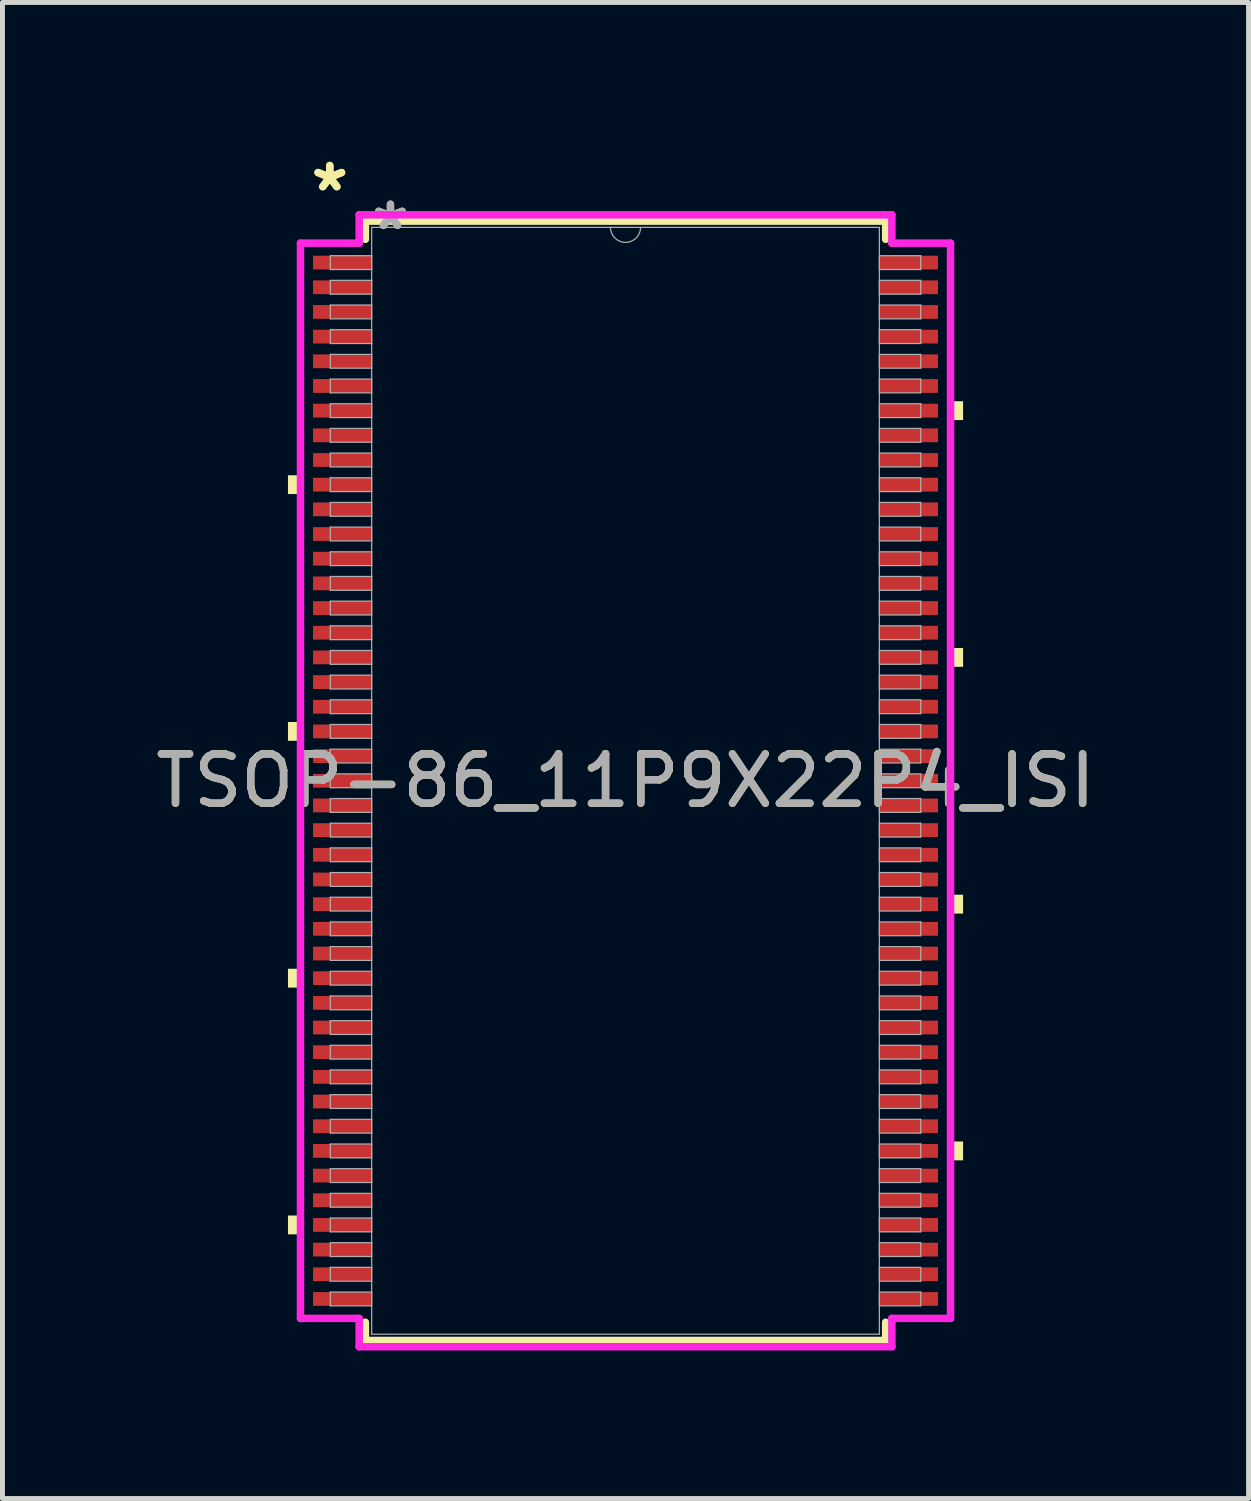
<source format=kicad_pcb>
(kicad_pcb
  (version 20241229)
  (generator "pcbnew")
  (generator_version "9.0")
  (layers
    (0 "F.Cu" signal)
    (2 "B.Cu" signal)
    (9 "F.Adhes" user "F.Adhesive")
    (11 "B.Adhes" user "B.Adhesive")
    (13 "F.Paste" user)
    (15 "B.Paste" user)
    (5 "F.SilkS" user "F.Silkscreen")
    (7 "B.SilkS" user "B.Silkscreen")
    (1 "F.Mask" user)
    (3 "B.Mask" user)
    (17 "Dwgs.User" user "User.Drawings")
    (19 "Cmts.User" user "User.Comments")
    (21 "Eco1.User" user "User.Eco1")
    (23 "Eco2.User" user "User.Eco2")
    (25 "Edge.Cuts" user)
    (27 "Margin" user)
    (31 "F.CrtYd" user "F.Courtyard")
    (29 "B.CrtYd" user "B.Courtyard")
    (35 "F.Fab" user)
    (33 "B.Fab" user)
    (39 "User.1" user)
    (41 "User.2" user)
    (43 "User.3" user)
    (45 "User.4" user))
  (footprint "TSOP-86_11P9X22P4_ISI"
    (layer "F.Cu")
    (at 9.625 12.771)
    (property "Reference" "TSOP-86_11P9X22P4_ISI" (at 0 0 0) (unlocked yes) (layer "F.SilkS") (effects (font (size 1 1) (thickness 0.15))))
    (attr smd)
    (fp_line (start -5.271 -11.341) (end -5.271 -10.972) (stroke (width 0.152) (type solid)) (layer "F.SilkS"))
    (fp_line (start -5.271 10.972) (end -5.271 11.341) (stroke (width 0.152) (type solid)) (layer "F.SilkS"))
    (fp_line (start -5.271 11.341) (end 5.271 11.341) (stroke (width 0.152) (type solid)) (layer "F.SilkS"))
    (fp_line (start 5.271 -11.341) (end -5.271 -11.341) (stroke (width 0.152) (type solid)) (layer "F.SilkS"))
    (fp_line (start 5.271 -10.972) (end 5.271 -11.341) (stroke (width 0.152) (type solid)) (layer "F.SilkS"))
    (fp_line (start 5.271 11.341) (end 5.271 10.972) (stroke (width 0.152) (type solid)) (layer "F.SilkS"))
    (fp_poly (pts (xy -6.84 -6.191) (xy -6.84 -5.81) (xy -6.586 -5.81) (xy -6.586 -6.191)) (stroke (width 0) (type solid)) (fill yes) (layer "F.SilkS"))
    (fp_poly (pts (xy -6.84 -1.191) (xy -6.84 -0.81) (xy -6.586 -0.81) (xy -6.586 -1.191)) (stroke (width 0) (type solid)) (fill yes) (layer "F.SilkS"))
    (fp_poly (pts (xy -6.84 3.809) (xy -6.84 4.191) (xy -6.586 4.191) (xy -6.586 3.809)) (stroke (width 0) (type solid)) (fill yes) (layer "F.SilkS"))
    (fp_poly (pts (xy -6.84 8.809) (xy -6.84 9.191) (xy -6.586 9.191) (xy -6.586 8.809)) (stroke (width 0) (type solid)) (fill yes) (layer "F.SilkS"))
    (fp_poly (pts (xy 6.84 -7.691) (xy 6.84 -7.309) (xy 6.586 -7.309) (xy 6.586 -7.691)) (stroke (width 0) (type solid)) (fill yes) (layer "F.SilkS"))
    (fp_poly (pts (xy 6.84 -2.691) (xy 6.84 -2.309) (xy 6.586 -2.309) (xy 6.586 -2.691)) (stroke (width 0) (type solid)) (fill yes) (layer "F.SilkS"))
    (fp_poly (pts (xy 6.84 2.309) (xy 6.84 2.691) (xy 6.586 2.691) (xy 6.586 2.309)) (stroke (width 0) (type solid)) (fill yes) (layer "F.SilkS"))
    (fp_poly (pts (xy 6.84 7.309) (xy 6.84 7.691) (xy 6.586 7.691) (xy 6.586 7.309)) (stroke (width 0) (type solid)) (fill yes) (layer "F.SilkS"))
    (fp_line (start -6.586 -10.894) (end -5.397 -10.894) (stroke (width 0.152) (type solid)) (layer "F.CrtYd"))
    (fp_line (start -6.586 10.894) (end -6.586 -10.894) (stroke (width 0.152) (type solid)) (layer "F.CrtYd"))
    (fp_line (start -6.586 10.894) (end -5.397 10.894) (stroke (width 0.152) (type solid)) (layer "F.CrtYd"))
    (fp_line (start -5.397 -11.468) (end 5.397 -11.468) (stroke (width 0.152) (type solid)) (layer "F.CrtYd"))
    (fp_line (start -5.397 -10.894) (end -5.397 -11.468) (stroke (width 0.152) (type solid)) (layer "F.CrtYd"))
    (fp_line (start -5.397 11.468) (end -5.397 10.894) (stroke (width 0.152) (type solid)) (layer "F.CrtYd"))
    (fp_line (start 5.397 -11.468) (end 5.397 -10.894) (stroke (width 0.152) (type solid)) (layer "F.CrtYd"))
    (fp_line (start 5.397 10.894) (end 5.397 11.468) (stroke (width 0.152) (type solid)) (layer "F.CrtYd"))
    (fp_line (start 5.397 11.468) (end -5.397 11.468) (stroke (width 0.152) (type solid)) (layer "F.CrtYd"))
    (fp_line (start 6.586 -10.894) (end 5.397 -10.894) (stroke (width 0.152) (type solid)) (layer "F.CrtYd"))
    (fp_line (start 6.586 -10.894) (end 6.586 10.894) (stroke (width 0.152) (type solid)) (layer "F.CrtYd"))
    (fp_line (start 6.586 10.894) (end 5.397 10.894) (stroke (width 0.152) (type solid)) (layer "F.CrtYd"))
    (fp_line (start -5.982 -10.64) (end -5.982 -10.36) (stroke (width 0.025) (type solid)) (layer "F.Fab"))
    (fp_line (start -5.982 -10.36) (end -5.144 -10.36) (stroke (width 0.025) (type solid)) (layer "F.Fab"))
    (fp_line (start -5.982 -10.14) (end -5.982 -9.86) (stroke (width 0.025) (type solid)) (layer "F.Fab"))
    (fp_line (start -5.982 -9.86) (end -5.144 -9.86) (stroke (width 0.025) (type solid)) (layer "F.Fab"))
    (fp_line (start -5.982 -9.64) (end -5.982 -9.36) (stroke (width 0.025) (type solid)) (layer "F.Fab"))
    (fp_line (start -5.982 -9.36) (end -5.144 -9.36) (stroke (width 0.025) (type solid)) (layer "F.Fab"))
    (fp_line (start -5.982 -9.14) (end -5.982 -8.86) (stroke (width 0.025) (type solid)) (layer "F.Fab"))
    (fp_line (start -5.982 -8.86) (end -5.144 -8.86) (stroke (width 0.025) (type solid)) (layer "F.Fab"))
    (fp_line (start -5.982 -8.64) (end -5.982 -8.36) (stroke (width 0.025) (type solid)) (layer "F.Fab"))
    (fp_line (start -5.982 -8.36) (end -5.144 -8.36) (stroke (width 0.025) (type solid)) (layer "F.Fab"))
    (fp_line (start -5.982 -8.14) (end -5.982 -7.86) (stroke (width 0.025) (type solid)) (layer "F.Fab"))
    (fp_line (start -5.982 -7.86) (end -5.144 -7.86) (stroke (width 0.025) (type solid)) (layer "F.Fab"))
    (fp_line (start -5.982 -7.64) (end -5.982 -7.36) (stroke (width 0.025) (type solid)) (layer "F.Fab"))
    (fp_line (start -5.982 -7.36) (end -5.144 -7.36) (stroke (width 0.025) (type solid)) (layer "F.Fab"))
    (fp_line (start -5.982 -7.14) (end -5.982 -6.86) (stroke (width 0.025) (type solid)) (layer "F.Fab"))
    (fp_line (start -5.982 -6.86) (end -5.144 -6.86) (stroke (width 0.025) (type solid)) (layer "F.Fab"))
    (fp_line (start -5.982 -6.64) (end -5.982 -6.36) (stroke (width 0.025) (type solid)) (layer "F.Fab"))
    (fp_line (start -5.982 -6.36) (end -5.144 -6.36) (stroke (width 0.025) (type solid)) (layer "F.Fab"))
    (fp_line (start -5.982 -6.14) (end -5.982 -5.86) (stroke (width 0.025) (type solid)) (layer "F.Fab"))
    (fp_line (start -5.982 -5.86) (end -5.144 -5.86) (stroke (width 0.025) (type solid)) (layer "F.Fab"))
    (fp_line (start -5.982 -5.64) (end -5.982 -5.36) (stroke (width 0.025) (type solid)) (layer "F.Fab"))
    (fp_line (start -5.982 -5.36) (end -5.144 -5.36) (stroke (width 0.025) (type solid)) (layer "F.Fab"))
    (fp_line (start -5.982 -5.14) (end -5.982 -4.86) (stroke (width 0.025) (type solid)) (layer "F.Fab"))
    (fp_line (start -5.982 -4.86) (end -5.144 -4.86) (stroke (width 0.025) (type solid)) (layer "F.Fab"))
    (fp_line (start -5.982 -4.64) (end -5.982 -4.36) (stroke (width 0.025) (type solid)) (layer "F.Fab"))
    (fp_line (start -5.982 -4.36) (end -5.144 -4.36) (stroke (width 0.025) (type solid)) (layer "F.Fab"))
    (fp_line (start -5.982 -4.14) (end -5.982 -3.86) (stroke (width 0.025) (type solid)) (layer "F.Fab"))
    (fp_line (start -5.982 -3.86) (end -5.144 -3.86) (stroke (width 0.025) (type solid)) (layer "F.Fab"))
    (fp_line (start -5.982 -3.64) (end -5.982 -3.36) (stroke (width 0.025) (type solid)) (layer "F.Fab"))
    (fp_line (start -5.982 -3.36) (end -5.144 -3.36) (stroke (width 0.025) (type solid)) (layer "F.Fab"))
    (fp_line (start -5.982 -3.14) (end -5.982 -2.86) (stroke (width 0.025) (type solid)) (layer "F.Fab"))
    (fp_line (start -5.982 -2.86) (end -5.144 -2.86) (stroke (width 0.025) (type solid)) (layer "F.Fab"))
    (fp_line (start -5.982 -2.64) (end -5.982 -2.36) (stroke (width 0.025) (type solid)) (layer "F.Fab"))
    (fp_line (start -5.982 -2.36) (end -5.144 -2.36) (stroke (width 0.025) (type solid)) (layer "F.Fab"))
    (fp_line (start -5.982 -2.14) (end -5.982 -1.86) (stroke (width 0.025) (type solid)) (layer "F.Fab"))
    (fp_line (start -5.982 -1.86) (end -5.144 -1.86) (stroke (width 0.025) (type solid)) (layer "F.Fab"))
    (fp_line (start -5.982 -1.64) (end -5.982 -1.36) (stroke (width 0.025) (type solid)) (layer "F.Fab"))
    (fp_line (start -5.982 -1.36) (end -5.144 -1.36) (stroke (width 0.025) (type solid)) (layer "F.Fab"))
    (fp_line (start -5.982 -1.14) (end -5.982 -0.86) (stroke (width 0.025) (type solid)) (layer "F.Fab"))
    (fp_line (start -5.982 -0.86) (end -5.144 -0.86) (stroke (width 0.025) (type solid)) (layer "F.Fab"))
    (fp_line (start -5.982 -0.64) (end -5.982 -0.36) (stroke (width 0.025) (type solid)) (layer "F.Fab"))
    (fp_line (start -5.982 -0.36) (end -5.144 -0.36) (stroke (width 0.025) (type solid)) (layer "F.Fab"))
    (fp_line (start -5.982 -0.14) (end -5.982 0.14) (stroke (width 0.025) (type solid)) (layer "F.Fab"))
    (fp_line (start -5.982 0.14) (end -5.144 0.14) (stroke (width 0.025) (type solid)) (layer "F.Fab"))
    (fp_line (start -5.982 0.36) (end -5.982 0.64) (stroke (width 0.025) (type solid)) (layer "F.Fab"))
    (fp_line (start -5.982 0.64) (end -5.144 0.64) (stroke (width 0.025) (type solid)) (layer "F.Fab"))
    (fp_line (start -5.982 0.86) (end -5.982 1.14) (stroke (width 0.025) (type solid)) (layer "F.Fab"))
    (fp_line (start -5.982 1.14) (end -5.144 1.14) (stroke (width 0.025) (type solid)) (layer "F.Fab"))
    (fp_line (start -5.982 1.36) (end -5.982 1.64) (stroke (width 0.025) (type solid)) (layer "F.Fab"))
    (fp_line (start -5.982 1.64) (end -5.144 1.64) (stroke (width 0.025) (type solid)) (layer "F.Fab"))
    (fp_line (start -5.982 1.86) (end -5.982 2.14) (stroke (width 0.025) (type solid)) (layer "F.Fab"))
    (fp_line (start -5.982 2.14) (end -5.144 2.14) (stroke (width 0.025) (type solid)) (layer "F.Fab"))
    (fp_line (start -5.982 2.36) (end -5.982 2.64) (stroke (width 0.025) (type solid)) (layer "F.Fab"))
    (fp_line (start -5.982 2.64) (end -5.144 2.64) (stroke (width 0.025) (type solid)) (layer "F.Fab"))
    (fp_line (start -5.982 2.86) (end -5.982 3.14) (stroke (width 0.025) (type solid)) (layer "F.Fab"))
    (fp_line (start -5.982 3.14) (end -5.144 3.14) (stroke (width 0.025) (type solid)) (layer "F.Fab"))
    (fp_line (start -5.982 3.36) (end -5.982 3.64) (stroke (width 0.025) (type solid)) (layer "F.Fab"))
    (fp_line (start -5.982 3.64) (end -5.144 3.64) (stroke (width 0.025) (type solid)) (layer "F.Fab"))
    (fp_line (start -5.982 3.86) (end -5.982 4.14) (stroke (width 0.025) (type solid)) (layer "F.Fab"))
    (fp_line (start -5.982 4.14) (end -5.144 4.14) (stroke (width 0.025) (type solid)) (layer "F.Fab"))
    (fp_line (start -5.982 4.36) (end -5.982 4.64) (stroke (width 0.025) (type solid)) (layer "F.Fab"))
    (fp_line (start -5.982 4.64) (end -5.144 4.64) (stroke (width 0.025) (type solid)) (layer "F.Fab"))
    (fp_line (start -5.982 4.86) (end -5.982 5.14) (stroke (width 0.025) (type solid)) (layer "F.Fab"))
    (fp_line (start -5.982 5.14) (end -5.144 5.14) (stroke (width 0.025) (type solid)) (layer "F.Fab"))
    (fp_line (start -5.982 5.36) (end -5.982 5.64) (stroke (width 0.025) (type solid)) (layer "F.Fab"))
    (fp_line (start -5.982 5.64) (end -5.144 5.64) (stroke (width 0.025) (type solid)) (layer "F.Fab"))
    (fp_line (start -5.982 5.86) (end -5.982 6.14) (stroke (width 0.025) (type solid)) (layer "F.Fab"))
    (fp_line (start -5.982 6.14) (end -5.144 6.14) (stroke (width 0.025) (type solid)) (layer "F.Fab"))
    (fp_line (start -5.982 6.36) (end -5.982 6.64) (stroke (width 0.025) (type solid)) (layer "F.Fab"))
    (fp_line (start -5.982 6.64) (end -5.144 6.64) (stroke (width 0.025) (type solid)) (layer "F.Fab"))
    (fp_line (start -5.982 6.86) (end -5.982 7.14) (stroke (width 0.025) (type solid)) (layer "F.Fab"))
    (fp_line (start -5.982 7.14) (end -5.144 7.14) (stroke (width 0.025) (type solid)) (layer "F.Fab"))
    (fp_line (start -5.982 7.36) (end -5.982 7.64) (stroke (width 0.025) (type solid)) (layer "F.Fab"))
    (fp_line (start -5.982 7.64) (end -5.144 7.64) (stroke (width 0.025) (type solid)) (layer "F.Fab"))
    (fp_line (start -5.982 7.86) (end -5.982 8.14) (stroke (width 0.025) (type solid)) (layer "F.Fab"))
    (fp_line (start -5.982 8.14) (end -5.144 8.14) (stroke (width 0.025) (type solid)) (layer "F.Fab"))
    (fp_line (start -5.982 8.36) (end -5.982 8.64) (stroke (width 0.025) (type solid)) (layer "F.Fab"))
    (fp_line (start -5.982 8.64) (end -5.144 8.64) (stroke (width 0.025) (type solid)) (layer "F.Fab"))
    (fp_line (start -5.982 8.86) (end -5.982 9.14) (stroke (width 0.025) (type solid)) (layer "F.Fab"))
    (fp_line (start -5.982 9.14) (end -5.144 9.14) (stroke (width 0.025) (type solid)) (layer "F.Fab"))
    (fp_line (start -5.982 9.36) (end -5.982 9.64) (stroke (width 0.025) (type solid)) (layer "F.Fab"))
    (fp_line (start -5.982 9.64) (end -5.144 9.64) (stroke (width 0.025) (type solid)) (layer "F.Fab"))
    (fp_line (start -5.982 9.86) (end -5.982 10.14) (stroke (width 0.025) (type solid)) (layer "F.Fab"))
    (fp_line (start -5.982 10.14) (end -5.144 10.14) (stroke (width 0.025) (type solid)) (layer "F.Fab"))
    (fp_line (start -5.982 10.36) (end -5.982 10.64) (stroke (width 0.025) (type solid)) (layer "F.Fab"))
    (fp_line (start -5.982 10.64) (end -5.144 10.64) (stroke (width 0.025) (type solid)) (layer "F.Fab"))
    (fp_line (start -5.144 -11.214) (end -5.144 11.214) (stroke (width 0.025) (type solid)) (layer "F.Fab"))
    (fp_line (start -5.144 -10.64) (end -5.982 -10.64) (stroke (width 0.025) (type solid)) (layer "F.Fab"))
    (fp_line (start -5.144 -10.36) (end -5.144 -10.64) (stroke (width 0.025) (type solid)) (layer "F.Fab"))
    (fp_line (start -5.144 -10.14) (end -5.982 -10.14) (stroke (width 0.025) (type solid)) (layer "F.Fab"))
    (fp_line (start -5.144 -9.86) (end -5.144 -10.14) (stroke (width 0.025) (type solid)) (layer "F.Fab"))
    (fp_line (start -5.144 -9.64) (end -5.982 -9.64) (stroke (width 0.025) (type solid)) (layer "F.Fab"))
    (fp_line (start -5.144 -9.36) (end -5.144 -9.64) (stroke (width 0.025) (type solid)) (layer "F.Fab"))
    (fp_line (start -5.144 -9.14) (end -5.982 -9.14) (stroke (width 0.025) (type solid)) (layer "F.Fab"))
    (fp_line (start -5.144 -8.86) (end -5.144 -9.14) (stroke (width 0.025) (type solid)) (layer "F.Fab"))
    (fp_line (start -5.144 -8.64) (end -5.982 -8.64) (stroke (width 0.025) (type solid)) (layer "F.Fab"))
    (fp_line (start -5.144 -8.36) (end -5.144 -8.64) (stroke (width 0.025) (type solid)) (layer "F.Fab"))
    (fp_line (start -5.144 -8.14) (end -5.982 -8.14) (stroke (width 0.025) (type solid)) (layer "F.Fab"))
    (fp_line (start -5.144 -7.86) (end -5.144 -8.14) (stroke (width 0.025) (type solid)) (layer "F.Fab"))
    (fp_line (start -5.144 -7.64) (end -5.982 -7.64) (stroke (width 0.025) (type solid)) (layer "F.Fab"))
    (fp_line (start -5.144 -7.36) (end -5.144 -7.64) (stroke (width 0.025) (type solid)) (layer "F.Fab"))
    (fp_line (start -5.144 -7.14) (end -5.982 -7.14) (stroke (width 0.025) (type solid)) (layer "F.Fab"))
    (fp_line (start -5.144 -6.86) (end -5.144 -7.14) (stroke (width 0.025) (type solid)) (layer "F.Fab"))
    (fp_line (start -5.144 -6.64) (end -5.982 -6.64) (stroke (width 0.025) (type solid)) (layer "F.Fab"))
    (fp_line (start -5.144 -6.36) (end -5.144 -6.64) (stroke (width 0.025) (type solid)) (layer "F.Fab"))
    (fp_line (start -5.144 -6.14) (end -5.982 -6.14) (stroke (width 0.025) (type solid)) (layer "F.Fab"))
    (fp_line (start -5.144 -5.86) (end -5.144 -6.14) (stroke (width 0.025) (type solid)) (layer "F.Fab"))
    (fp_line (start -5.144 -5.64) (end -5.982 -5.64) (stroke (width 0.025) (type solid)) (layer "F.Fab"))
    (fp_line (start -5.144 -5.36) (end -5.144 -5.64) (stroke (width 0.025) (type solid)) (layer "F.Fab"))
    (fp_line (start -5.144 -5.14) (end -5.982 -5.14) (stroke (width 0.025) (type solid)) (layer "F.Fab"))
    (fp_line (start -5.144 -4.86) (end -5.144 -5.14) (stroke (width 0.025) (type solid)) (layer "F.Fab"))
    (fp_line (start -5.144 -4.64) (end -5.982 -4.64) (stroke (width 0.025) (type solid)) (layer "F.Fab"))
    (fp_line (start -5.144 -4.36) (end -5.144 -4.64) (stroke (width 0.025) (type solid)) (layer "F.Fab"))
    (fp_line (start -5.144 -4.14) (end -5.982 -4.14) (stroke (width 0.025) (type solid)) (layer "F.Fab"))
    (fp_line (start -5.144 -3.86) (end -5.144 -4.14) (stroke (width 0.025) (type solid)) (layer "F.Fab"))
    (fp_line (start -5.144 -3.64) (end -5.982 -3.64) (stroke (width 0.025) (type solid)) (layer "F.Fab"))
    (fp_line (start -5.144 -3.36) (end -5.144 -3.64) (stroke (width 0.025) (type solid)) (layer "F.Fab"))
    (fp_line (start -5.144 -3.14) (end -5.982 -3.14) (stroke (width 0.025) (type solid)) (layer "F.Fab"))
    (fp_line (start -5.144 -2.86) (end -5.144 -3.14) (stroke (width 0.025) (type solid)) (layer "F.Fab"))
    (fp_line (start -5.144 -2.64) (end -5.982 -2.64) (stroke (width 0.025) (type solid)) (layer "F.Fab"))
    (fp_line (start -5.144 -2.36) (end -5.144 -2.64) (stroke (width 0.025) (type solid)) (layer "F.Fab"))
    (fp_line (start -5.144 -2.14) (end -5.982 -2.14) (stroke (width 0.025) (type solid)) (layer "F.Fab"))
    (fp_line (start -5.144 -1.86) (end -5.144 -2.14) (stroke (width 0.025) (type solid)) (layer "F.Fab"))
    (fp_line (start -5.144 -1.64) (end -5.982 -1.64) (stroke (width 0.025) (type solid)) (layer "F.Fab"))
    (fp_line (start -5.144 -1.36) (end -5.144 -1.64) (stroke (width 0.025) (type solid)) (layer "F.Fab"))
    (fp_line (start -5.144 -1.14) (end -5.982 -1.14) (stroke (width 0.025) (type solid)) (layer "F.Fab"))
    (fp_line (start -5.144 -0.86) (end -5.144 -1.14) (stroke (width 0.025) (type solid)) (layer "F.Fab"))
    (fp_line (start -5.144 -0.64) (end -5.982 -0.64) (stroke (width 0.025) (type solid)) (layer "F.Fab"))
    (fp_line (start -5.144 -0.36) (end -5.144 -0.64) (stroke (width 0.025) (type solid)) (layer "F.Fab"))
    (fp_line (start -5.144 -0.14) (end -5.982 -0.14) (stroke (width 0.025) (type solid)) (layer "F.Fab"))
    (fp_line (start -5.144 0.14) (end -5.144 -0.14) (stroke (width 0.025) (type solid)) (layer "F.Fab"))
    (fp_line (start -5.144 0.36) (end -5.982 0.36) (stroke (width 0.025) (type solid)) (layer "F.Fab"))
    (fp_line (start -5.144 0.64) (end -5.144 0.36) (stroke (width 0.025) (type solid)) (layer "F.Fab"))
    (fp_line (start -5.144 0.86) (end -5.982 0.86) (stroke (width 0.025) (type solid)) (layer "F.Fab"))
    (fp_line (start -5.144 1.14) (end -5.144 0.86) (stroke (width 0.025) (type solid)) (layer "F.Fab"))
    (fp_line (start -5.144 1.36) (end -5.982 1.36) (stroke (width 0.025) (type solid)) (layer "F.Fab"))
    (fp_line (start -5.144 1.64) (end -5.144 1.36) (stroke (width 0.025) (type solid)) (layer "F.Fab"))
    (fp_line (start -5.144 1.86) (end -5.982 1.86) (stroke (width 0.025) (type solid)) (layer "F.Fab"))
    (fp_line (start -5.144 2.14) (end -5.144 1.86) (stroke (width 0.025) (type solid)) (layer "F.Fab"))
    (fp_line (start -5.144 2.36) (end -5.982 2.36) (stroke (width 0.025) (type solid)) (layer "F.Fab"))
    (fp_line (start -5.144 2.64) (end -5.144 2.36) (stroke (width 0.025) (type solid)) (layer "F.Fab"))
    (fp_line (start -5.144 2.86) (end -5.982 2.86) (stroke (width 0.025) (type solid)) (layer "F.Fab"))
    (fp_line (start -5.144 3.14) (end -5.144 2.86) (stroke (width 0.025) (type solid)) (layer "F.Fab"))
    (fp_line (start -5.144 3.36) (end -5.982 3.36) (stroke (width 0.025) (type solid)) (layer "F.Fab"))
    (fp_line (start -5.144 3.64) (end -5.144 3.36) (stroke (width 0.025) (type solid)) (layer "F.Fab"))
    (fp_line (start -5.144 3.86) (end -5.982 3.86) (stroke (width 0.025) (type solid)) (layer "F.Fab"))
    (fp_line (start -5.144 4.14) (end -5.144 3.86) (stroke (width 0.025) (type solid)) (layer "F.Fab"))
    (fp_line (start -5.144 4.36) (end -5.982 4.36) (stroke (width 0.025) (type solid)) (layer "F.Fab"))
    (fp_line (start -5.144 4.64) (end -5.144 4.36) (stroke (width 0.025) (type solid)) (layer "F.Fab"))
    (fp_line (start -5.144 4.86) (end -5.982 4.86) (stroke (width 0.025) (type solid)) (layer "F.Fab"))
    (fp_line (start -5.144 5.14) (end -5.144 4.86) (stroke (width 0.025) (type solid)) (layer "F.Fab"))
    (fp_line (start -5.144 5.36) (end -5.982 5.36) (stroke (width 0.025) (type solid)) (layer "F.Fab"))
    (fp_line (start -5.144 5.64) (end -5.144 5.36) (stroke (width 0.025) (type solid)) (layer "F.Fab"))
    (fp_line (start -5.144 5.86) (end -5.982 5.86) (stroke (width 0.025) (type solid)) (layer "F.Fab"))
    (fp_line (start -5.144 6.14) (end -5.144 5.86) (stroke (width 0.025) (type solid)) (layer "F.Fab"))
    (fp_line (start -5.144 6.36) (end -5.982 6.36) (stroke (width 0.025) (type solid)) (layer "F.Fab"))
    (fp_line (start -5.144 6.64) (end -5.144 6.36) (stroke (width 0.025) (type solid)) (layer "F.Fab"))
    (fp_line (start -5.144 6.86) (end -5.982 6.86) (stroke (width 0.025) (type solid)) (layer "F.Fab"))
    (fp_line (start -5.144 7.14) (end -5.144 6.86) (stroke (width 0.025) (type solid)) (layer "F.Fab"))
    (fp_line (start -5.144 7.36) (end -5.982 7.36) (stroke (width 0.025) (type solid)) (layer "F.Fab"))
    (fp_line (start -5.144 7.64) (end -5.144 7.36) (stroke (width 0.025) (type solid)) (layer "F.Fab"))
    (fp_line (start -5.144 7.86) (end -5.982 7.86) (stroke (width 0.025) (type solid)) (layer "F.Fab"))
    (fp_line (start -5.144 8.14) (end -5.144 7.86) (stroke (width 0.025) (type solid)) (layer "F.Fab"))
    (fp_line (start -5.144 8.36) (end -5.982 8.36) (stroke (width 0.025) (type solid)) (layer "F.Fab"))
    (fp_line (start -5.144 8.64) (end -5.144 8.36) (stroke (width 0.025) (type solid)) (layer "F.Fab"))
    (fp_line (start -5.144 8.86) (end -5.982 8.86) (stroke (width 0.025) (type solid)) (layer "F.Fab"))
    (fp_line (start -5.144 9.14) (end -5.144 8.86) (stroke (width 0.025) (type solid)) (layer "F.Fab"))
    (fp_line (start -5.144 9.36) (end -5.982 9.36) (stroke (width 0.025) (type solid)) (layer "F.Fab"))
    (fp_line (start -5.144 9.64) (end -5.144 9.36) (stroke (width 0.025) (type solid)) (layer "F.Fab"))
    (fp_line (start -5.144 9.86) (end -5.982 9.86) (stroke (width 0.025) (type solid)) (layer "F.Fab"))
    (fp_line (start -5.144 10.14) (end -5.144 9.86) (stroke (width 0.025) (type solid)) (layer "F.Fab"))
    (fp_line (start -5.144 10.36) (end -5.982 10.36) (stroke (width 0.025) (type solid)) (layer "F.Fab"))
    (fp_line (start -5.144 10.64) (end -5.144 10.36) (stroke (width 0.025) (type solid)) (layer "F.Fab"))
    (fp_line (start -5.144 11.214) (end 5.144 11.214) (stroke (width 0.025) (type solid)) (layer "F.Fab"))
    (fp_line (start 5.144 -11.214) (end -5.144 -11.214) (stroke (width 0.025) (type solid)) (layer "F.Fab"))
    (fp_line (start 5.144 -10.64) (end 5.144 -10.36) (stroke (width 0.025) (type solid)) (layer "F.Fab"))
    (fp_line (start 5.144 -10.36) (end 5.982 -10.36) (stroke (width 0.025) (type solid)) (layer "F.Fab"))
    (fp_line (start 5.144 -10.14) (end 5.144 -9.86) (stroke (width 0.025) (type solid)) (layer "F.Fab"))
    (fp_line (start 5.144 -9.86) (end 5.982 -9.86) (stroke (width 0.025) (type solid)) (layer "F.Fab"))
    (fp_line (start 5.144 -9.64) (end 5.144 -9.36) (stroke (width 0.025) (type solid)) (layer "F.Fab"))
    (fp_line (start 5.144 -9.36) (end 5.982 -9.36) (stroke (width 0.025) (type solid)) (layer "F.Fab"))
    (fp_line (start 5.144 -9.14) (end 5.144 -8.86) (stroke (width 0.025) (type solid)) (layer "F.Fab"))
    (fp_line (start 5.144 -8.86) (end 5.982 -8.86) (stroke (width 0.025) (type solid)) (layer "F.Fab"))
    (fp_line (start 5.144 -8.64) (end 5.144 -8.36) (stroke (width 0.025) (type solid)) (layer "F.Fab"))
    (fp_line (start 5.144 -8.36) (end 5.982 -8.36) (stroke (width 0.025) (type solid)) (layer "F.Fab"))
    (fp_line (start 5.144 -8.14) (end 5.144 -7.86) (stroke (width 0.025) (type solid)) (layer "F.Fab"))
    (fp_line (start 5.144 -7.86) (end 5.982 -7.86) (stroke (width 0.025) (type solid)) (layer "F.Fab"))
    (fp_line (start 5.144 -7.64) (end 5.144 -7.36) (stroke (width 0.025) (type solid)) (layer "F.Fab"))
    (fp_line (start 5.144 -7.36) (end 5.982 -7.36) (stroke (width 0.025) (type solid)) (layer "F.Fab"))
    (fp_line (start 5.144 -7.14) (end 5.144 -6.86) (stroke (width 0.025) (type solid)) (layer "F.Fab"))
    (fp_line (start 5.144 -6.86) (end 5.982 -6.86) (stroke (width 0.025) (type solid)) (layer "F.Fab"))
    (fp_line (start 5.144 -6.64) (end 5.144 -6.36) (stroke (width 0.025) (type solid)) (layer "F.Fab"))
    (fp_line (start 5.144 -6.36) (end 5.982 -6.36) (stroke (width 0.025) (type solid)) (layer "F.Fab"))
    (fp_line (start 5.144 -6.14) (end 5.144 -5.86) (stroke (width 0.025) (type solid)) (layer "F.Fab"))
    (fp_line (start 5.144 -5.86) (end 5.982 -5.86) (stroke (width 0.025) (type solid)) (layer "F.Fab"))
    (fp_line (start 5.144 -5.64) (end 5.144 -5.36) (stroke (width 0.025) (type solid)) (layer "F.Fab"))
    (fp_line (start 5.144 -5.36) (end 5.982 -5.36) (stroke (width 0.025) (type solid)) (layer "F.Fab"))
    (fp_line (start 5.144 -5.14) (end 5.144 -4.86) (stroke (width 0.025) (type solid)) (layer "F.Fab"))
    (fp_line (start 5.144 -4.86) (end 5.982 -4.86) (stroke (width 0.025) (type solid)) (layer "F.Fab"))
    (fp_line (start 5.144 -4.64) (end 5.144 -4.36) (stroke (width 0.025) (type solid)) (layer "F.Fab"))
    (fp_line (start 5.144 -4.36) (end 5.982 -4.36) (stroke (width 0.025) (type solid)) (layer "F.Fab"))
    (fp_line (start 5.144 -4.14) (end 5.144 -3.86) (stroke (width 0.025) (type solid)) (layer "F.Fab"))
    (fp_line (start 5.144 -3.86) (end 5.982 -3.86) (stroke (width 0.025) (type solid)) (layer "F.Fab"))
    (fp_line (start 5.144 -3.64) (end 5.144 -3.36) (stroke (width 0.025) (type solid)) (layer "F.Fab"))
    (fp_line (start 5.144 -3.36) (end 5.982 -3.36) (stroke (width 0.025) (type solid)) (layer "F.Fab"))
    (fp_line (start 5.144 -3.14) (end 5.144 -2.86) (stroke (width 0.025) (type solid)) (layer "F.Fab"))
    (fp_line (start 5.144 -2.86) (end 5.982 -2.86) (stroke (width 0.025) (type solid)) (layer "F.Fab"))
    (fp_line (start 5.144 -2.64) (end 5.144 -2.36) (stroke (width 0.025) (type solid)) (layer "F.Fab"))
    (fp_line (start 5.144 -2.36) (end 5.982 -2.36) (stroke (width 0.025) (type solid)) (layer "F.Fab"))
    (fp_line (start 5.144 -2.14) (end 5.144 -1.86) (stroke (width 0.025) (type solid)) (layer "F.Fab"))
    (fp_line (start 5.144 -1.86) (end 5.982 -1.86) (stroke (width 0.025) (type solid)) (layer "F.Fab"))
    (fp_line (start 5.144 -1.64) (end 5.144 -1.36) (stroke (width 0.025) (type solid)) (layer "F.Fab"))
    (fp_line (start 5.144 -1.36) (end 5.982 -1.36) (stroke (width 0.025) (type solid)) (layer "F.Fab"))
    (fp_line (start 5.144 -1.14) (end 5.144 -0.86) (stroke (width 0.025) (type solid)) (layer "F.Fab"))
    (fp_line (start 5.144 -0.86) (end 5.982 -0.86) (stroke (width 0.025) (type solid)) (layer "F.Fab"))
    (fp_line (start 5.144 -0.64) (end 5.144 -0.36) (stroke (width 0.025) (type solid)) (layer "F.Fab"))
    (fp_line (start 5.144 -0.36) (end 5.982 -0.36) (stroke (width 0.025) (type solid)) (layer "F.Fab"))
    (fp_line (start 5.144 -0.14) (end 5.144 0.14) (stroke (width 0.025) (type solid)) (layer "F.Fab"))
    (fp_line (start 5.144 0.14) (end 5.982 0.14) (stroke (width 0.025) (type solid)) (layer "F.Fab"))
    (fp_line (start 5.144 0.36) (end 5.144 0.64) (stroke (width 0.025) (type solid)) (layer "F.Fab"))
    (fp_line (start 5.144 0.64) (end 5.982 0.64) (stroke (width 0.025) (type solid)) (layer "F.Fab"))
    (fp_line (start 5.144 0.86) (end 5.144 1.14) (stroke (width 0.025) (type solid)) (layer "F.Fab"))
    (fp_line (start 5.144 1.14) (end 5.982 1.14) (stroke (width 0.025) (type solid)) (layer "F.Fab"))
    (fp_line (start 5.144 1.36) (end 5.144 1.64) (stroke (width 0.025) (type solid)) (layer "F.Fab"))
    (fp_line (start 5.144 1.64) (end 5.982 1.64) (stroke (width 0.025) (type solid)) (layer "F.Fab"))
    (fp_line (start 5.144 1.86) (end 5.144 2.14) (stroke (width 0.025) (type solid)) (layer "F.Fab"))
    (fp_line (start 5.144 2.14) (end 5.982 2.14) (stroke (width 0.025) (type solid)) (layer "F.Fab"))
    (fp_line (start 5.144 2.36) (end 5.144 2.64) (stroke (width 0.025) (type solid)) (layer "F.Fab"))
    (fp_line (start 5.144 2.64) (end 5.982 2.64) (stroke (width 0.025) (type solid)) (layer "F.Fab"))
    (fp_line (start 5.144 2.86) (end 5.144 3.14) (stroke (width 0.025) (type solid)) (layer "F.Fab"))
    (fp_line (start 5.144 3.14) (end 5.982 3.14) (stroke (width 0.025) (type solid)) (layer "F.Fab"))
    (fp_line (start 5.144 3.36) (end 5.144 3.64) (stroke (width 0.025) (type solid)) (layer "F.Fab"))
    (fp_line (start 5.144 3.64) (end 5.982 3.64) (stroke (width 0.025) (type solid)) (layer "F.Fab"))
    (fp_line (start 5.144 3.86) (end 5.144 4.14) (stroke (width 0.025) (type solid)) (layer "F.Fab"))
    (fp_line (start 5.144 4.14) (end 5.982 4.14) (stroke (width 0.025) (type solid)) (layer "F.Fab"))
    (fp_line (start 5.144 4.36) (end 5.144 4.64) (stroke (width 0.025) (type solid)) (layer "F.Fab"))
    (fp_line (start 5.144 4.64) (end 5.982 4.64) (stroke (width 0.025) (type solid)) (layer "F.Fab"))
    (fp_line (start 5.144 4.86) (end 5.144 5.14) (stroke (width 0.025) (type solid)) (layer "F.Fab"))
    (fp_line (start 5.144 5.14) (end 5.982 5.14) (stroke (width 0.025) (type solid)) (layer "F.Fab"))
    (fp_line (start 5.144 5.36) (end 5.144 5.64) (stroke (width 0.025) (type solid)) (layer "F.Fab"))
    (fp_line (start 5.144 5.64) (end 5.982 5.64) (stroke (width 0.025) (type solid)) (layer "F.Fab"))
    (fp_line (start 5.144 5.86) (end 5.144 6.14) (stroke (width 0.025) (type solid)) (layer "F.Fab"))
    (fp_line (start 5.144 6.14) (end 5.982 6.14) (stroke (width 0.025) (type solid)) (layer "F.Fab"))
    (fp_line (start 5.144 6.36) (end 5.144 6.64) (stroke (width 0.025) (type solid)) (layer "F.Fab"))
    (fp_line (start 5.144 6.64) (end 5.982 6.64) (stroke (width 0.025) (type solid)) (layer "F.Fab"))
    (fp_line (start 5.144 6.86) (end 5.144 7.14) (stroke (width 0.025) (type solid)) (layer "F.Fab"))
    (fp_line (start 5.144 7.14) (end 5.982 7.14) (stroke (width 0.025) (type solid)) (layer "F.Fab"))
    (fp_line (start 5.144 7.36) (end 5.144 7.64) (stroke (width 0.025) (type solid)) (layer "F.Fab"))
    (fp_line (start 5.144 7.64) (end 5.982 7.64) (stroke (width 0.025) (type solid)) (layer "F.Fab"))
    (fp_line (start 5.144 7.86) (end 5.144 8.14) (stroke (width 0.025) (type solid)) (layer "F.Fab"))
    (fp_line (start 5.144 8.14) (end 5.982 8.14) (stroke (width 0.025) (type solid)) (layer "F.Fab"))
    (fp_line (start 5.144 8.36) (end 5.144 8.64) (stroke (width 0.025) (type solid)) (layer "F.Fab"))
    (fp_line (start 5.144 8.64) (end 5.982 8.64) (stroke (width 0.025) (type solid)) (layer "F.Fab"))
    (fp_line (start 5.144 8.86) (end 5.144 9.14) (stroke (width 0.025) (type solid)) (layer "F.Fab"))
    (fp_line (start 5.144 9.14) (end 5.982 9.14) (stroke (width 0.025) (type solid)) (layer "F.Fab"))
    (fp_line (start 5.144 9.36) (end 5.144 9.64) (stroke (width 0.025) (type solid)) (layer "F.Fab"))
    (fp_line (start 5.144 9.64) (end 5.982 9.64) (stroke (width 0.025) (type solid)) (layer "F.Fab"))
    (fp_line (start 5.144 9.86) (end 5.144 10.14) (stroke (width 0.025) (type solid)) (layer "F.Fab"))
    (fp_line (start 5.144 10.14) (end 5.982 10.14) (stroke (width 0.025) (type solid)) (layer "F.Fab"))
    (fp_line (start 5.144 10.36) (end 5.144 10.64) (stroke (width 0.025) (type solid)) (layer "F.Fab"))
    (fp_line (start 5.144 10.64) (end 5.982 10.64) (stroke (width 0.025) (type solid)) (layer "F.Fab"))
    (fp_line (start 5.144 11.214) (end 5.144 -11.214) (stroke (width 0.025) (type solid)) (layer "F.Fab"))
    (fp_line (start 5.982 -10.64) (end 5.144 -10.64) (stroke (width 0.025) (type solid)) (layer "F.Fab"))
    (fp_line (start 5.982 -10.36) (end 5.982 -10.64) (stroke (width 0.025) (type solid)) (layer "F.Fab"))
    (fp_line (start 5.982 -10.14) (end 5.144 -10.14) (stroke (width 0.025) (type solid)) (layer "F.Fab"))
    (fp_line (start 5.982 -9.86) (end 5.982 -10.14) (stroke (width 0.025) (type solid)) (layer "F.Fab"))
    (fp_line (start 5.982 -9.64) (end 5.144 -9.64) (stroke (width 0.025) (type solid)) (layer "F.Fab"))
    (fp_line (start 5.982 -9.36) (end 5.982 -9.64) (stroke (width 0.025) (type solid)) (layer "F.Fab"))
    (fp_line (start 5.982 -9.14) (end 5.144 -9.14) (stroke (width 0.025) (type solid)) (layer "F.Fab"))
    (fp_line (start 5.982 -8.86) (end 5.982 -9.14) (stroke (width 0.025) (type solid)) (layer "F.Fab"))
    (fp_line (start 5.982 -8.64) (end 5.144 -8.64) (stroke (width 0.025) (type solid)) (layer "F.Fab"))
    (fp_line (start 5.982 -8.36) (end 5.982 -8.64) (stroke (width 0.025) (type solid)) (layer "F.Fab"))
    (fp_line (start 5.982 -8.14) (end 5.144 -8.14) (stroke (width 0.025) (type solid)) (layer "F.Fab"))
    (fp_line (start 5.982 -7.86) (end 5.982 -8.14) (stroke (width 0.025) (type solid)) (layer "F.Fab"))
    (fp_line (start 5.982 -7.64) (end 5.144 -7.64) (stroke (width 0.025) (type solid)) (layer "F.Fab"))
    (fp_line (start 5.982 -7.36) (end 5.982 -7.64) (stroke (width 0.025) (type solid)) (layer "F.Fab"))
    (fp_line (start 5.982 -7.14) (end 5.144 -7.14) (stroke (width 0.025) (type solid)) (layer "F.Fab"))
    (fp_line (start 5.982 -6.86) (end 5.982 -7.14) (stroke (width 0.025) (type solid)) (layer "F.Fab"))
    (fp_line (start 5.982 -6.64) (end 5.144 -6.64) (stroke (width 0.025) (type solid)) (layer "F.Fab"))
    (fp_line (start 5.982 -6.36) (end 5.982 -6.64) (stroke (width 0.025) (type solid)) (layer "F.Fab"))
    (fp_line (start 5.982 -6.14) (end 5.144 -6.14) (stroke (width 0.025) (type solid)) (layer "F.Fab"))
    (fp_line (start 5.982 -5.86) (end 5.982 -6.14) (stroke (width 0.025) (type solid)) (layer "F.Fab"))
    (fp_line (start 5.982 -5.64) (end 5.144 -5.64) (stroke (width 0.025) (type solid)) (layer "F.Fab"))
    (fp_line (start 5.982 -5.36) (end 5.982 -5.64) (stroke (width 0.025) (type solid)) (layer "F.Fab"))
    (fp_line (start 5.982 -5.14) (end 5.144 -5.14) (stroke (width 0.025) (type solid)) (layer "F.Fab"))
    (fp_line (start 5.982 -4.86) (end 5.982 -5.14) (stroke (width 0.025) (type solid)) (layer "F.Fab"))
    (fp_line (start 5.982 -4.64) (end 5.144 -4.64) (stroke (width 0.025) (type solid)) (layer "F.Fab"))
    (fp_line (start 5.982 -4.36) (end 5.982 -4.64) (stroke (width 0.025) (type solid)) (layer "F.Fab"))
    (fp_line (start 5.982 -4.14) (end 5.144 -4.14) (stroke (width 0.025) (type solid)) (layer "F.Fab"))
    (fp_line (start 5.982 -3.86) (end 5.982 -4.14) (stroke (width 0.025) (type solid)) (layer "F.Fab"))
    (fp_line (start 5.982 -3.64) (end 5.144 -3.64) (stroke (width 0.025) (type solid)) (layer "F.Fab"))
    (fp_line (start 5.982 -3.36) (end 5.982 -3.64) (stroke (width 0.025) (type solid)) (layer "F.Fab"))
    (fp_line (start 5.982 -3.14) (end 5.144 -3.14) (stroke (width 0.025) (type solid)) (layer "F.Fab"))
    (fp_line (start 5.982 -2.86) (end 5.982 -3.14) (stroke (width 0.025) (type solid)) (layer "F.Fab"))
    (fp_line (start 5.982 -2.64) (end 5.144 -2.64) (stroke (width 0.025) (type solid)) (layer "F.Fab"))
    (fp_line (start 5.982 -2.36) (end 5.982 -2.64) (stroke (width 0.025) (type solid)) (layer "F.Fab"))
    (fp_line (start 5.982 -2.14) (end 5.144 -2.14) (stroke (width 0.025) (type solid)) (layer "F.Fab"))
    (fp_line (start 5.982 -1.86) (end 5.982 -2.14) (stroke (width 0.025) (type solid)) (layer "F.Fab"))
    (fp_line (start 5.982 -1.64) (end 5.144 -1.64) (stroke (width 0.025) (type solid)) (layer "F.Fab"))
    (fp_line (start 5.982 -1.36) (end 5.982 -1.64) (stroke (width 0.025) (type solid)) (layer "F.Fab"))
    (fp_line (start 5.982 -1.14) (end 5.144 -1.14) (stroke (width 0.025) (type solid)) (layer "F.Fab"))
    (fp_line (start 5.982 -0.86) (end 5.982 -1.14) (stroke (width 0.025) (type solid)) (layer "F.Fab"))
    (fp_line (start 5.982 -0.64) (end 5.144 -0.64) (stroke (width 0.025) (type solid)) (layer "F.Fab"))
    (fp_line (start 5.982 -0.36) (end 5.982 -0.64) (stroke (width 0.025) (type solid)) (layer "F.Fab"))
    (fp_line (start 5.982 -0.14) (end 5.144 -0.14) (stroke (width 0.025) (type solid)) (layer "F.Fab"))
    (fp_line (start 5.982 0.14) (end 5.982 -0.14) (stroke (width 0.025) (type solid)) (layer "F.Fab"))
    (fp_line (start 5.982 0.36) (end 5.144 0.36) (stroke (width 0.025) (type solid)) (layer "F.Fab"))
    (fp_line (start 5.982 0.64) (end 5.982 0.36) (stroke (width 0.025) (type solid)) (layer "F.Fab"))
    (fp_line (start 5.982 0.86) (end 5.144 0.86) (stroke (width 0.025) (type solid)) (layer "F.Fab"))
    (fp_line (start 5.982 1.14) (end 5.982 0.86) (stroke (width 0.025) (type solid)) (layer "F.Fab"))
    (fp_line (start 5.982 1.36) (end 5.144 1.36) (stroke (width 0.025) (type solid)) (layer "F.Fab"))
    (fp_line (start 5.982 1.64) (end 5.982 1.36) (stroke (width 0.025) (type solid)) (layer "F.Fab"))
    (fp_line (start 5.982 1.86) (end 5.144 1.86) (stroke (width 0.025) (type solid)) (layer "F.Fab"))
    (fp_line (start 5.982 2.14) (end 5.982 1.86) (stroke (width 0.025) (type solid)) (layer "F.Fab"))
    (fp_line (start 5.982 2.36) (end 5.144 2.36) (stroke (width 0.025) (type solid)) (layer "F.Fab"))
    (fp_line (start 5.982 2.64) (end 5.982 2.36) (stroke (width 0.025) (type solid)) (layer "F.Fab"))
    (fp_line (start 5.982 2.86) (end 5.144 2.86) (stroke (width 0.025) (type solid)) (layer "F.Fab"))
    (fp_line (start 5.982 3.14) (end 5.982 2.86) (stroke (width 0.025) (type solid)) (layer "F.Fab"))
    (fp_line (start 5.982 3.36) (end 5.144 3.36) (stroke (width 0.025) (type solid)) (layer "F.Fab"))
    (fp_line (start 5.982 3.64) (end 5.982 3.36) (stroke (width 0.025) (type solid)) (layer "F.Fab"))
    (fp_line (start 5.982 3.86) (end 5.144 3.86) (stroke (width 0.025) (type solid)) (layer "F.Fab"))
    (fp_line (start 5.982 4.14) (end 5.982 3.86) (stroke (width 0.025) (type solid)) (layer "F.Fab"))
    (fp_line (start 5.982 4.36) (end 5.144 4.36) (stroke (width 0.025) (type solid)) (layer "F.Fab"))
    (fp_line (start 5.982 4.64) (end 5.982 4.36) (stroke (width 0.025) (type solid)) (layer "F.Fab"))
    (fp_line (start 5.982 4.86) (end 5.144 4.86) (stroke (width 0.025) (type solid)) (layer "F.Fab"))
    (fp_line (start 5.982 5.14) (end 5.982 4.86) (stroke (width 0.025) (type solid)) (layer "F.Fab"))
    (fp_line (start 5.982 5.36) (end 5.144 5.36) (stroke (width 0.025) (type solid)) (layer "F.Fab"))
    (fp_line (start 5.982 5.64) (end 5.982 5.36) (stroke (width 0.025) (type solid)) (layer "F.Fab"))
    (fp_line (start 5.982 5.86) (end 5.144 5.86) (stroke (width 0.025) (type solid)) (layer "F.Fab"))
    (fp_line (start 5.982 6.14) (end 5.982 5.86) (stroke (width 0.025) (type solid)) (layer "F.Fab"))
    (fp_line (start 5.982 6.36) (end 5.144 6.36) (stroke (width 0.025) (type solid)) (layer "F.Fab"))
    (fp_line (start 5.982 6.64) (end 5.982 6.36) (stroke (width 0.025) (type solid)) (layer "F.Fab"))
    (fp_line (start 5.982 6.86) (end 5.144 6.86) (stroke (width 0.025) (type solid)) (layer "F.Fab"))
    (fp_line (start 5.982 7.14) (end 5.982 6.86) (stroke (width 0.025) (type solid)) (layer "F.Fab"))
    (fp_line (start 5.982 7.36) (end 5.144 7.36) (stroke (width 0.025) (type solid)) (layer "F.Fab"))
    (fp_line (start 5.982 7.64) (end 5.982 7.36) (stroke (width 0.025) (type solid)) (layer "F.Fab"))
    (fp_line (start 5.982 7.86) (end 5.144 7.86) (stroke (width 0.025) (type solid)) (layer "F.Fab"))
    (fp_line (start 5.982 8.14) (end 5.982 7.86) (stroke (width 0.025) (type solid)) (layer "F.Fab"))
    (fp_line (start 5.982 8.36) (end 5.144 8.36) (stroke (width 0.025) (type solid)) (layer "F.Fab"))
    (fp_line (start 5.982 8.64) (end 5.982 8.36) (stroke (width 0.025) (type solid)) (layer "F.Fab"))
    (fp_line (start 5.982 8.86) (end 5.144 8.86) (stroke (width 0.025) (type solid)) (layer "F.Fab"))
    (fp_line (start 5.982 9.14) (end 5.982 8.86) (stroke (width 0.025) (type solid)) (layer "F.Fab"))
    (fp_line (start 5.982 9.36) (end 5.144 9.36) (stroke (width 0.025) (type solid)) (layer "F.Fab"))
    (fp_line (start 5.982 9.64) (end 5.982 9.36) (stroke (width 0.025) (type solid)) (layer "F.Fab"))
    (fp_line (start 5.982 9.86) (end 5.144 9.86) (stroke (width 0.025) (type solid)) (layer "F.Fab"))
    (fp_line (start 5.982 10.14) (end 5.982 9.86) (stroke (width 0.025) (type solid)) (layer "F.Fab"))
    (fp_line (start 5.982 10.36) (end 5.144 10.36) (stroke (width 0.025) (type solid)) (layer "F.Fab"))
    (fp_line (start 5.982 10.64) (end 5.982 10.36) (stroke (width 0.025) (type solid)) (layer "F.Fab"))
    (fp_arc (start 0.3048 -11.2141) (mid 0 -10.9093) (end -0.3048 -11.2141) (stroke (width 0.0254) (type solid)) (layer "F.Fab"))
    (fp_text user "*" (at -5.992 -11.922 0) (unlocked yes) (layer "F.SilkS") (effects (font (size 1 1) (thickness 0.15))))
    (fp_text user "*" (at -5.992 -11.922 0) (layer "F.SilkS") (effects (font (size 1 1) (thickness 0.15))))
    (fp_text user "*" (at -4.763 -11.138 0) (layer "F.Fab") (effects (font (size 1 1) (thickness 0.15))))
    (fp_text user "${REFERENCE}" (at 0 0 0) (unlocked yes) (layer "F.Fab") (effects (font (size 1 1) (thickness 0.15))))
    (fp_text user "*" (at -4.763 -11.138 0) (unlocked yes) (layer "F.Fab") (effects (font (size 1 1) (thickness 0.15))))
    (pad "1" smd rect (at -5.738 -10.5) (size 1.188 0.279) (layers "F.Cu" "F.Mask" "F.Paste"))
    (pad "2" smd rect (at -5.738 -10) (size 1.188 0.279) (layers "F.Cu" "F.Mask" "F.Paste"))
    (pad "3" smd rect (at -5.738 -9.5) (size 1.188 0.279) (layers "F.Cu" "F.Mask" "F.Paste"))
    (pad "4" smd rect (at -5.738 -9) (size 1.188 0.279) (layers "F.Cu" "F.Mask" "F.Paste"))
    (pad "5" smd rect (at -5.738 -8.5) (size 1.188 0.279) (layers "F.Cu" "F.Mask" "F.Paste"))
    (pad "6" smd rect (at -5.738 -8) (size 1.188 0.279) (layers "F.Cu" "F.Mask" "F.Paste"))
    (pad "7" smd rect (at -5.738 -7.5) (size 1.188 0.279) (layers "F.Cu" "F.Mask" "F.Paste"))
    (pad "8" smd rect (at -5.738 -7) (size 1.188 0.279) (layers "F.Cu" "F.Mask" "F.Paste"))
    (pad "9" smd rect (at -5.738 -6.5) (size 1.188 0.279) (layers "F.Cu" "F.Mask" "F.Paste"))
    (pad "10" smd rect (at -5.738 -6) (size 1.188 0.279) (layers "F.Cu" "F.Mask" "F.Paste"))
    (pad "11" smd rect (at -5.738 -5.5) (size 1.188 0.279) (layers "F.Cu" "F.Mask" "F.Paste"))
    (pad "12" smd rect (at -5.738 -5) (size 1.188 0.279) (layers "F.Cu" "F.Mask" "F.Paste"))
    (pad "13" smd rect (at -5.738 -4.5) (size 1.188 0.279) (layers "F.Cu" "F.Mask" "F.Paste"))
    (pad "14" smd rect (at -5.738 -4) (size 1.188 0.279) (layers "F.Cu" "F.Mask" "F.Paste"))
    (pad "15" smd rect (at -5.738 -3.5) (size 1.188 0.279) (layers "F.Cu" "F.Mask" "F.Paste"))
    (pad "16" smd rect (at -5.738 -3) (size 1.188 0.279) (layers "F.Cu" "F.Mask" "F.Paste"))
    (pad "17" smd rect (at -5.738 -2.5) (size 1.188 0.279) (layers "F.Cu" "F.Mask" "F.Paste"))
    (pad "18" smd rect (at -5.738 -2) (size 1.188 0.279) (layers "F.Cu" "F.Mask" "F.Paste"))
    (pad "19" smd rect (at -5.738 -1.5) (size 1.188 0.279) (layers "F.Cu" "F.Mask" "F.Paste"))
    (pad "20" smd rect (at -5.738 -1) (size 1.188 0.279) (layers "F.Cu" "F.Mask" "F.Paste"))
    (pad "21" smd rect (at -5.738 -0.5) (size 1.188 0.279) (layers "F.Cu" "F.Mask" "F.Paste"))
    (pad "22" smd rect (at -5.738 0) (size 1.188 0.279) (layers "F.Cu" "F.Mask" "F.Paste"))
    (pad "23" smd rect (at -5.738 0.5) (size 1.188 0.279) (layers "F.Cu" "F.Mask" "F.Paste"))
    (pad "24" smd rect (at -5.738 1) (size 1.188 0.279) (layers "F.Cu" "F.Mask" "F.Paste"))
    (pad "25" smd rect (at -5.738 1.5) (size 1.188 0.279) (layers "F.Cu" "F.Mask" "F.Paste"))
    (pad "26" smd rect (at -5.738 2) (size 1.188 0.279) (layers "F.Cu" "F.Mask" "F.Paste"))
    (pad "27" smd rect (at -5.738 2.5) (size 1.188 0.279) (layers "F.Cu" "F.Mask" "F.Paste"))
    (pad "28" smd rect (at -5.738 3) (size 1.188 0.279) (layers "F.Cu" "F.Mask" "F.Paste"))
    (pad "29" smd rect (at -5.738 3.5) (size 1.188 0.279) (layers "F.Cu" "F.Mask" "F.Paste"))
    (pad "30" smd rect (at -5.738 4) (size 1.188 0.279) (layers "F.Cu" "F.Mask" "F.Paste"))
    (pad "31" smd rect (at -5.738 4.5) (size 1.188 0.279) (layers "F.Cu" "F.Mask" "F.Paste"))
    (pad "32" smd rect (at -5.738 5) (size 1.188 0.279) (layers "F.Cu" "F.Mask" "F.Paste"))
    (pad "33" smd rect (at -5.738 5.5) (size 1.188 0.279) (layers "F.Cu" "F.Mask" "F.Paste"))
    (pad "34" smd rect (at -5.738 6) (size 1.188 0.279) (layers "F.Cu" "F.Mask" "F.Paste"))
    (pad "35" smd rect (at -5.738 6.5) (size 1.188 0.279) (layers "F.Cu" "F.Mask" "F.Paste"))
    (pad "36" smd rect (at -5.738 7) (size 1.188 0.279) (layers "F.Cu" "F.Mask" "F.Paste"))
    (pad "37" smd rect (at -5.738 7.5) (size 1.188 0.279) (layers "F.Cu" "F.Mask" "F.Paste"))
    (pad "38" smd rect (at -5.738 8) (size 1.188 0.279) (layers "F.Cu" "F.Mask" "F.Paste"))
    (pad "39" smd rect (at -5.738 8.5) (size 1.188 0.279) (layers "F.Cu" "F.Mask" "F.Paste"))
    (pad "40" smd rect (at -5.738 9) (size 1.188 0.279) (layers "F.Cu" "F.Mask" "F.Paste"))
    (pad "41" smd rect (at -5.738 9.5) (size 1.188 0.279) (layers "F.Cu" "F.Mask" "F.Paste"))
    (pad "42" smd rect (at -5.738 10) (size 1.188 0.279) (layers "F.Cu" "F.Mask" "F.Paste"))
    (pad "43" smd rect (at -5.738 10.5) (size 1.188 0.279) (layers "F.Cu" "F.Mask" "F.Paste"))
    (pad "44" smd rect (at 5.738 10.5) (size 1.188 0.279) (layers "F.Cu" "F.Mask" "F.Paste"))
    (pad "45" smd rect (at 5.738 10) (size 1.188 0.279) (layers "F.Cu" "F.Mask" "F.Paste"))
    (pad "46" smd rect (at 5.738 9.5) (size 1.188 0.279) (layers "F.Cu" "F.Mask" "F.Paste"))
    (pad "47" smd rect (at 5.738 9) (size 1.188 0.279) (layers "F.Cu" "F.Mask" "F.Paste"))
    (pad "48" smd rect (at 5.738 8.5) (size 1.188 0.279) (layers "F.Cu" "F.Mask" "F.Paste"))
    (pad "49" smd rect (at 5.738 8) (size 1.188 0.279) (layers "F.Cu" "F.Mask" "F.Paste"))
    (pad "50" smd rect (at 5.738 7.5) (size 1.188 0.279) (layers "F.Cu" "F.Mask" "F.Paste"))
    (pad "51" smd rect (at 5.738 7) (size 1.188 0.279) (layers "F.Cu" "F.Mask" "F.Paste"))
    (pad "52" smd rect (at 5.738 6.5) (size 1.188 0.279) (layers "F.Cu" "F.Mask" "F.Paste"))
    (pad "53" smd rect (at 5.738 6) (size 1.188 0.279) (layers "F.Cu" "F.Mask" "F.Paste"))
    (pad "54" smd rect (at 5.738 5.5) (size 1.188 0.279) (layers "F.Cu" "F.Mask" "F.Paste"))
    (pad "55" smd rect (at 5.738 5) (size 1.188 0.279) (layers "F.Cu" "F.Mask" "F.Paste"))
    (pad "56" smd rect (at 5.738 4.5) (size 1.188 0.279) (layers "F.Cu" "F.Mask" "F.Paste"))
    (pad "57" smd rect (at 5.738 4) (size 1.188 0.279) (layers "F.Cu" "F.Mask" "F.Paste"))
    (pad "58" smd rect (at 5.738 3.5) (size 1.188 0.279) (layers "F.Cu" "F.Mask" "F.Paste"))
    (pad "59" smd rect (at 5.738 3) (size 1.188 0.279) (layers "F.Cu" "F.Mask" "F.Paste"))
    (pad "60" smd rect (at 5.738 2.5) (size 1.188 0.279) (layers "F.Cu" "F.Mask" "F.Paste"))
    (pad "61" smd rect (at 5.738 2) (size 1.188 0.279) (layers "F.Cu" "F.Mask" "F.Paste"))
    (pad "62" smd rect (at 5.738 1.5) (size 1.188 0.279) (layers "F.Cu" "F.Mask" "F.Paste"))
    (pad "63" smd rect (at 5.738 1) (size 1.188 0.279) (layers "F.Cu" "F.Mask" "F.Paste"))
    (pad "64" smd rect (at 5.738 0.5) (size 1.188 0.279) (layers "F.Cu" "F.Mask" "F.Paste"))
    (pad "65" smd rect (at 5.738 0) (size 1.188 0.279) (layers "F.Cu" "F.Mask" "F.Paste"))
    (pad "66" smd rect (at 5.738 -0.5) (size 1.188 0.279) (layers "F.Cu" "F.Mask" "F.Paste"))
    (pad "67" smd rect (at 5.738 -1) (size 1.188 0.279) (layers "F.Cu" "F.Mask" "F.Paste"))
    (pad "68" smd rect (at 5.738 -1.5) (size 1.188 0.279) (layers "F.Cu" "F.Mask" "F.Paste"))
    (pad "69" smd rect (at 5.738 -2) (size 1.188 0.279) (layers "F.Cu" "F.Mask" "F.Paste"))
    (pad "70" smd rect (at 5.738 -2.5) (size 1.188 0.279) (layers "F.Cu" "F.Mask" "F.Paste"))
    (pad "71" smd rect (at 5.738 -3) (size 1.188 0.279) (layers "F.Cu" "F.Mask" "F.Paste"))
    (pad "72" smd rect (at 5.738 -3.5) (size 1.188 0.279) (layers "F.Cu" "F.Mask" "F.Paste"))
    (pad "73" smd rect (at 5.738 -4) (size 1.188 0.279) (layers "F.Cu" "F.Mask" "F.Paste"))
    (pad "74" smd rect (at 5.738 -4.5) (size 1.188 0.279) (layers "F.Cu" "F.Mask" "F.Paste"))
    (pad "75" smd rect (at 5.738 -5) (size 1.188 0.279) (layers "F.Cu" "F.Mask" "F.Paste"))
    (pad "76" smd rect (at 5.738 -5.5) (size 1.188 0.279) (layers "F.Cu" "F.Mask" "F.Paste"))
    (pad "77" smd rect (at 5.738 -6) (size 1.188 0.279) (layers "F.Cu" "F.Mask" "F.Paste"))
    (pad "78" smd rect (at 5.738 -6.5) (size 1.188 0.279) (layers "F.Cu" "F.Mask" "F.Paste"))
    (pad "79" smd rect (at 5.738 -7) (size 1.188 0.279) (layers "F.Cu" "F.Mask" "F.Paste"))
    (pad "80" smd rect (at 5.738 -7.5) (size 1.188 0.279) (layers "F.Cu" "F.Mask" "F.Paste"))
    (pad "81" smd rect (at 5.738 -8) (size 1.188 0.279) (layers "F.Cu" "F.Mask" "F.Paste"))
    (pad "82" smd rect (at 5.738 -8.5) (size 1.188 0.279) (layers "F.Cu" "F.Mask" "F.Paste"))
    (pad "83" smd rect (at 5.738 -9) (size 1.188 0.279) (layers "F.Cu" "F.Mask" "F.Paste"))
    (pad "84" smd rect (at 5.738 -9.5) (size 1.188 0.279) (layers "F.Cu" "F.Mask" "F.Paste"))
    (pad "85" smd rect (at 5.738 -10) (size 1.188 0.279) (layers "F.Cu" "F.Mask" "F.Paste"))
    (pad "86" smd rect (at 5.738 -10.5) (size 1.188 0.279) (layers "F.Cu" "F.Mask" "F.Paste")))
  (gr_rect
    (start -3 -3)
    (end 22.25 27.315)
    (stroke (width 0.1) (type default))
    (fill no)
    (layer "Edge.Cuts")))
</source>
